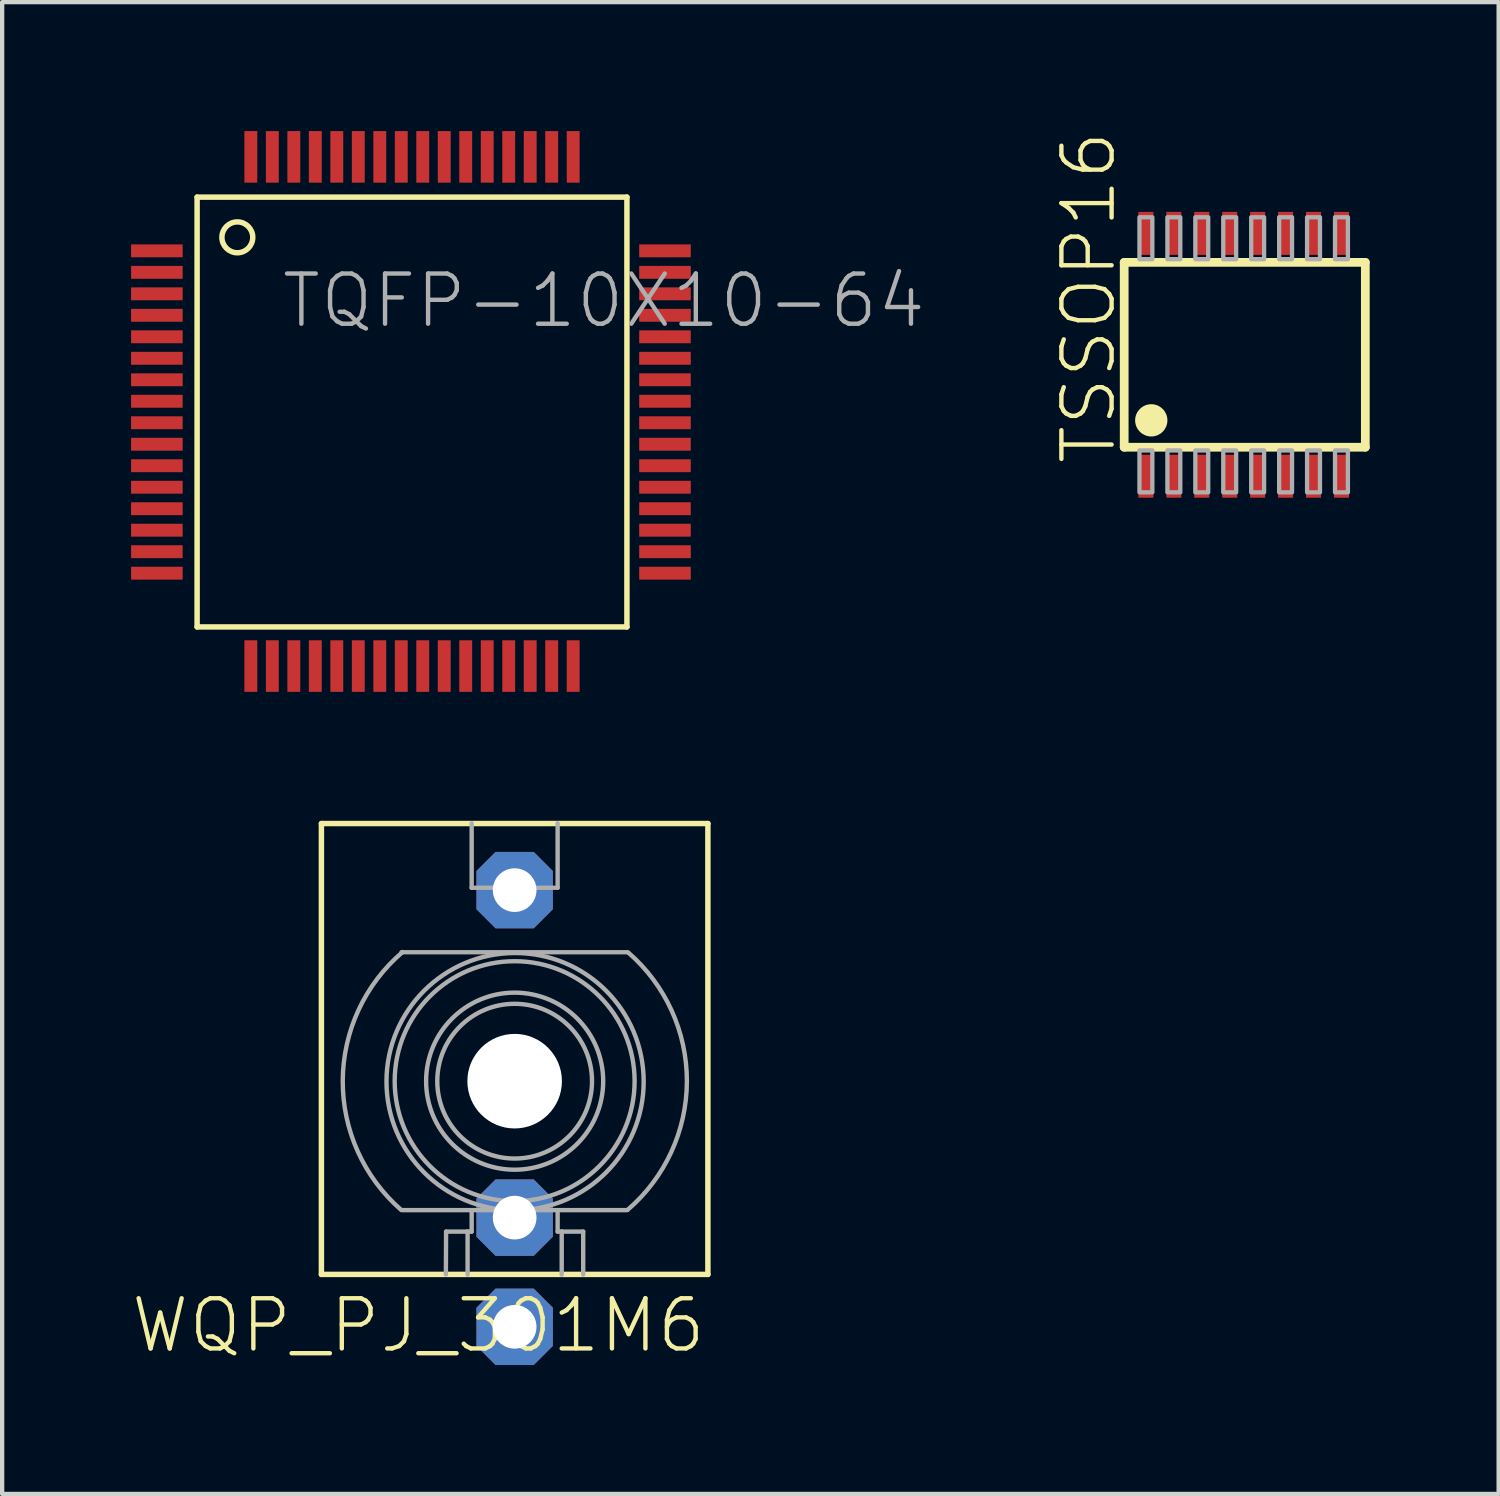
<source format=kicad_pcb>
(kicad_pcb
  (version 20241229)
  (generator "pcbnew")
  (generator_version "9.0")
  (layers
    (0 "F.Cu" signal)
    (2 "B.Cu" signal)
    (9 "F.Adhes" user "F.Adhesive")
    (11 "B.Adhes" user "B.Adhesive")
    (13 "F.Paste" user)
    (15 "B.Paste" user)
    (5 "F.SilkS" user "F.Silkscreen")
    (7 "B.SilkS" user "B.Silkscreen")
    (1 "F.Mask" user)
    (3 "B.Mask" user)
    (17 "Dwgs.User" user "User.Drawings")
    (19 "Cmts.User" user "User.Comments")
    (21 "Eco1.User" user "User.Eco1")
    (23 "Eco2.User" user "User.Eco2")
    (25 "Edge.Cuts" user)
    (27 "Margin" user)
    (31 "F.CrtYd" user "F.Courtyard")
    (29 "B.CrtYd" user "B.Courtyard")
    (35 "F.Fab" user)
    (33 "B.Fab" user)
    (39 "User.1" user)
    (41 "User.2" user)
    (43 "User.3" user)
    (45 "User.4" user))
  (footprint "TQFP-10X10-64"
    (layer "F.Cu")
    (at 6.536 6.536)
    (property "Reference" "TQFP-10X10-64" (at -3.086 -1.906 0) (layer "F.Fab") (effects (font (size 1.168 1.168) (thickness 0.102)) (justify left bottom)))
    (fp_line (start -5 -5) (end -5 5) (stroke (width 0.127) (type solid)) (layer "F.SilkS"))
    (fp_line (start -5 5) (end 5 5) (stroke (width 0.127) (type solid)) (layer "F.SilkS"))
    (fp_line (start 5 -5) (end -5 -5) (stroke (width 0.127) (type solid)) (layer "F.SilkS"))
    (fp_line (start 5 5) (end 5 -5) (stroke (width 0.127) (type solid)) (layer "F.SilkS"))
    (fp_circle (center -4.064 -4.064) (end -3.705 -4.064) (stroke (width 0.127) (type solid)) (fill no) (layer "F.SilkS"))
    (pad "1" smd rect (at -5.936 -3.75 270) (size 0.3 1.2) (layers "F.Cu" "F.Mask" "F.Paste"))
    (pad "2" smd rect (at -5.936 -3.25 270) (size 0.3 1.2) (layers "F.Cu" "F.Mask" "F.Paste"))
    (pad "3" smd rect (at -5.936 -2.75 270) (size 0.3 1.2) (layers "F.Cu" "F.Mask" "F.Paste"))
    (pad "4" smd rect (at -5.936 -2.25 270) (size 0.3 1.2) (layers "F.Cu" "F.Mask" "F.Paste"))
    (pad "5" smd rect (at -5.936 -1.75 270) (size 0.3 1.2) (layers "F.Cu" "F.Mask" "F.Paste"))
    (pad "6" smd rect (at -5.936 -1.25 270) (size 0.3 1.2) (layers "F.Cu" "F.Mask" "F.Paste"))
    (pad "7" smd rect (at -5.936 -0.75 270) (size 0.3 1.2) (layers "F.Cu" "F.Mask" "F.Paste"))
    (pad "8" smd rect (at -5.936 -0.25 270) (size 0.3 1.2) (layers "F.Cu" "F.Mask" "F.Paste"))
    (pad "9" smd rect (at -5.936 0.25 270) (size 0.3 1.2) (layers "F.Cu" "F.Mask" "F.Paste"))
    (pad "10" smd rect (at -5.936 0.75 270) (size 0.3 1.2) (layers "F.Cu" "F.Mask" "F.Paste"))
    (pad "11" smd rect (at -5.936 1.25 270) (size 0.3 1.2) (layers "F.Cu" "F.Mask" "F.Paste"))
    (pad "12" smd rect (at -5.936 1.75 270) (size 0.3 1.2) (layers "F.Cu" "F.Mask" "F.Paste"))
    (pad "13" smd rect (at -5.936 2.25 270) (size 0.3 1.2) (layers "F.Cu" "F.Mask" "F.Paste"))
    (pad "14" smd rect (at -5.936 2.75 270) (size 0.3 1.2) (layers "F.Cu" "F.Mask" "F.Paste"))
    (pad "15" smd rect (at -5.936 3.25 270) (size 0.3 1.2) (layers "F.Cu" "F.Mask" "F.Paste"))
    (pad "16" smd rect (at -5.936 3.75 270) (size 0.3 1.2) (layers "F.Cu" "F.Mask" "F.Paste"))
    (pad "17" smd rect (at -3.75 5.911) (size 0.3 1.2) (layers "F.Cu" "F.Mask" "F.Paste"))
    (pad "18" smd rect (at -3.25 5.911) (size 0.3 1.2) (layers "F.Cu" "F.Mask" "F.Paste"))
    (pad "19" smd rect (at -2.75 5.911) (size 0.3 1.2) (layers "F.Cu" "F.Mask" "F.Paste"))
    (pad "20" smd rect (at -2.25 5.911) (size 0.3 1.2) (layers "F.Cu" "F.Mask" "F.Paste"))
    (pad "21" smd rect (at -1.75 5.911) (size 0.3 1.2) (layers "F.Cu" "F.Mask" "F.Paste"))
    (pad "22" smd rect (at -1.25 5.911) (size 0.3 1.2) (layers "F.Cu" "F.Mask" "F.Paste"))
    (pad "23" smd rect (at -0.75 5.911) (size 0.3 1.2) (layers "F.Cu" "F.Mask" "F.Paste"))
    (pad "24" smd rect (at -0.25 5.911) (size 0.3 1.2) (layers "F.Cu" "F.Mask" "F.Paste"))
    (pad "25" smd rect (at 0.25 5.911) (size 0.3 1.2) (layers "F.Cu" "F.Mask" "F.Paste"))
    (pad "26" smd rect (at 0.75 5.911) (size 0.3 1.2) (layers "F.Cu" "F.Mask" "F.Paste"))
    (pad "27" smd rect (at 1.25 5.911) (size 0.3 1.2) (layers "F.Cu" "F.Mask" "F.Paste"))
    (pad "28" smd rect (at 1.75 5.911) (size 0.3 1.2) (layers "F.Cu" "F.Mask" "F.Paste"))
    (pad "29" smd rect (at 2.25 5.911) (size 0.3 1.2) (layers "F.Cu" "F.Mask" "F.Paste"))
    (pad "30" smd rect (at 2.75 5.911) (size 0.3 1.2) (layers "F.Cu" "F.Mask" "F.Paste"))
    (pad "31" smd rect (at 3.25 5.911) (size 0.3 1.2) (layers "F.Cu" "F.Mask" "F.Paste"))
    (pad "32" smd rect (at 3.75 5.911) (size 0.3 1.2) (layers "F.Cu" "F.Mask" "F.Paste"))
    (pad "33" smd rect (at 5.886 3.75 90) (size 0.3 1.2) (layers "F.Cu" "F.Mask" "F.Paste"))
    (pad "34" smd rect (at 5.886 3.25 90) (size 0.3 1.2) (layers "F.Cu" "F.Mask" "F.Paste"))
    (pad "35" smd rect (at 5.886 2.75 90) (size 0.3 1.2) (layers "F.Cu" "F.Mask" "F.Paste"))
    (pad "36" smd rect (at 5.886 2.25 90) (size 0.3 1.2) (layers "F.Cu" "F.Mask" "F.Paste"))
    (pad "37" smd rect (at 5.886 1.75 90) (size 0.3 1.2) (layers "F.Cu" "F.Mask" "F.Paste"))
    (pad "38" smd rect (at 5.886 1.25 90) (size 0.3 1.2) (layers "F.Cu" "F.Mask" "F.Paste"))
    (pad "39" smd rect (at 5.886 0.75 90) (size 0.3 1.2) (layers "F.Cu" "F.Mask" "F.Paste"))
    (pad "40" smd rect (at 5.886 0.25 90) (size 0.3 1.2) (layers "F.Cu" "F.Mask" "F.Paste"))
    (pad "41" smd rect (at 5.886 -0.25 90) (size 0.3 1.2) (layers "F.Cu" "F.Mask" "F.Paste"))
    (pad "42" smd rect (at 5.886 -0.75 90) (size 0.3 1.2) (layers "F.Cu" "F.Mask" "F.Paste"))
    (pad "43" smd rect (at 5.886 -1.25 90) (size 0.3 1.2) (layers "F.Cu" "F.Mask" "F.Paste"))
    (pad "44" smd rect (at 5.886 -1.75 90) (size 0.3 1.2) (layers "F.Cu" "F.Mask" "F.Paste"))
    (pad "45" smd rect (at 5.886 -2.25 90) (size 0.3 1.2) (layers "F.Cu" "F.Mask" "F.Paste"))
    (pad "46" smd rect (at 5.886 -2.75 90) (size 0.3 1.2) (layers "F.Cu" "F.Mask" "F.Paste"))
    (pad "47" smd rect (at 5.886 -3.25 90) (size 0.3 1.2) (layers "F.Cu" "F.Mask" "F.Paste"))
    (pad "48" smd rect (at 5.886 -3.75 90) (size 0.3 1.2) (layers "F.Cu" "F.Mask" "F.Paste"))
    (pad "49" smd rect (at 3.75 -5.936 180) (size 0.3 1.2) (layers "F.Cu" "F.Mask" "F.Paste"))
    (pad "50" smd rect (at 3.25 -5.936 180) (size 0.3 1.2) (layers "F.Cu" "F.Mask" "F.Paste"))
    (pad "51" smd rect (at 2.75 -5.936 180) (size 0.3 1.2) (layers "F.Cu" "F.Mask" "F.Paste"))
    (pad "52" smd rect (at 2.25 -5.936 180) (size 0.3 1.2) (layers "F.Cu" "F.Mask" "F.Paste"))
    (pad "53" smd rect (at 1.75 -5.936 180) (size 0.3 1.2) (layers "F.Cu" "F.Mask" "F.Paste"))
    (pad "54" smd rect (at 1.25 -5.936 180) (size 0.3 1.2) (layers "F.Cu" "F.Mask" "F.Paste"))
    (pad "55" smd rect (at 0.75 -5.936 180) (size 0.3 1.2) (layers "F.Cu" "F.Mask" "F.Paste"))
    (pad "56" smd rect (at 0.25 -5.936 180) (size 0.3 1.2) (layers "F.Cu" "F.Mask" "F.Paste"))
    (pad "57" smd rect (at -0.25 -5.936 180) (size 0.3 1.2) (layers "F.Cu" "F.Mask" "F.Paste"))
    (pad "58" smd rect (at -0.75 -5.936 180) (size 0.3 1.2) (layers "F.Cu" "F.Mask" "F.Paste"))
    (pad "59" smd rect (at -1.25 -5.936 180) (size 0.3 1.2) (layers "F.Cu" "F.Mask" "F.Paste"))
    (pad "60" smd rect (at -1.75 -5.936 180) (size 0.3 1.2) (layers "F.Cu" "F.Mask" "F.Paste"))
    (pad "61" smd rect (at -2.25 -5.936 180) (size 0.3 1.2) (layers "F.Cu" "F.Mask" "F.Paste"))
    (pad "62" smd rect (at -2.75 -5.936 180) (size 0.3 1.2) (layers "F.Cu" "F.Mask" "F.Paste"))
    (pad "63" smd rect (at -3.25 -5.936 180) (size 0.3 1.2) (layers "F.Cu" "F.Mask" "F.Paste"))
    (pad "64" smd rect (at -3.75 -5.936 180) (size 0.3 1.2) (layers "F.Cu" "F.Mask" "F.Paste")))
  (footprint "TSSOP16"
    (layer "F.Cu")
    (at 25.561 5.205)
    (property "Reference" "TSSOP16" (at -2.6 2.6 90) (layer "F.SilkS") (effects (font (size 1.168 1.168) (thickness 0.102)) (justify left bottom)))
    (fp_line (start -2.455 -2.15) (end 3.155 -2.15) (stroke (width 0.203) (type solid)) (layer "F.SilkS"))
    (fp_line (start -2.455 2.15) (end -2.455 -2.15) (stroke (width 0.203) (type solid)) (layer "F.SilkS"))
    (fp_line (start 3.155 -2.15) (end 3.155 2.15) (stroke (width 0.203) (type solid)) (layer "F.SilkS"))
    (fp_line (start 3.155 2.15) (end -2.455 2.15) (stroke (width 0.203) (type solid)) (layer "F.SilkS"))
    (fp_circle (center -1.825 1.525) (end -1.637 1.525) (stroke (width 0.375) (type solid)) (fill yes) (layer "F.SilkS"))
    (fp_poly (pts (xy -2.1 3.2) (xy -1.8 3.2) (xy -1.8 2.225) (xy -2.1 2.225)) (stroke (width 0.1) (type solid)) (fill no) (layer "F.Fab"))
    (fp_poly (pts (xy -1.8 -3.2) (xy -2.1 -3.2) (xy -2.1 -2.225) (xy -1.8 -2.225)) (stroke (width 0.1) (type solid)) (fill no) (layer "F.Fab"))
    (fp_poly (pts (xy -1.45 3.2) (xy -1.15 3.2) (xy -1.15 2.225) (xy -1.45 2.225)) (stroke (width 0.1) (type solid)) (fill no) (layer "F.Fab"))
    (fp_poly (pts (xy -1.15 -3.2) (xy -1.45 -3.2) (xy -1.45 -2.225) (xy -1.15 -2.225)) (stroke (width 0.1) (type solid)) (fill no) (layer "F.Fab"))
    (fp_poly (pts (xy -0.8 3.2) (xy -0.5 3.2) (xy -0.5 2.225) (xy -0.8 2.225)) (stroke (width 0.1) (type solid)) (fill no) (layer "F.Fab"))
    (fp_poly (pts (xy -0.5 -3.2) (xy -0.8 -3.2) (xy -0.8 -2.225) (xy -0.5 -2.225)) (stroke (width 0.1) (type solid)) (fill no) (layer "F.Fab"))
    (fp_poly (pts (xy -0.15 3.2) (xy 0.15 3.2) (xy 0.15 2.225) (xy -0.15 2.225)) (stroke (width 0.1) (type solid)) (fill no) (layer "F.Fab"))
    (fp_poly (pts (xy 0.15 -3.2) (xy -0.15 -3.2) (xy -0.15 -2.225) (xy 0.15 -2.225)) (stroke (width 0.1) (type solid)) (fill no) (layer "F.Fab"))
    (fp_poly (pts (xy 0.5 3.2) (xy 0.8 3.2) (xy 0.8 2.225) (xy 0.5 2.225)) (stroke (width 0.1) (type solid)) (fill no) (layer "F.Fab"))
    (fp_poly (pts (xy 0.8 -3.2) (xy 0.5 -3.2) (xy 0.5 -2.225) (xy 0.8 -2.225)) (stroke (width 0.1) (type solid)) (fill no) (layer "F.Fab"))
    (fp_poly (pts (xy 1.15 3.2) (xy 1.45 3.2) (xy 1.45 2.225) (xy 1.15 2.225)) (stroke (width 0.1) (type solid)) (fill no) (layer "F.Fab"))
    (fp_poly (pts (xy 1.45 -3.2) (xy 1.15 -3.2) (xy 1.15 -2.225) (xy 1.45 -2.225)) (stroke (width 0.1) (type solid)) (fill no) (layer "F.Fab"))
    (fp_poly (pts (xy 1.8 3.2) (xy 2.1 3.2) (xy 2.1 2.225) (xy 1.8 2.225)) (stroke (width 0.1) (type solid)) (fill no) (layer "F.Fab"))
    (fp_poly (pts (xy 2.1 -3.2) (xy 1.8 -3.2) (xy 1.8 -2.225) (xy 2.1 -2.225)) (stroke (width 0.1) (type solid)) (fill no) (layer "F.Fab"))
    (fp_poly (pts (xy 2.45 3.2) (xy 2.75 3.2) (xy 2.75 2.225) (xy 2.45 2.225)) (stroke (width 0.1) (type solid)) (fill no) (layer "F.Fab"))
    (fp_poly (pts (xy 2.75 -3.2) (xy 2.45 -3.2) (xy 2.45 -2.225) (xy 2.75 -2.225)) (stroke (width 0.1) (type solid)) (fill no) (layer "F.Fab"))
    (pad "1" smd rect (at -1.95 2.825) (size 0.35 1) (layers "F.Cu" "F.Mask" "F.Paste"))
    (pad "2" smd rect (at -1.3 2.825) (size 0.35 1) (layers "F.Cu" "F.Mask" "F.Paste"))
    (pad "3" smd rect (at -0.65 2.825) (size 0.35 1) (layers "F.Cu" "F.Mask" "F.Paste"))
    (pad "4" smd rect (at 0 2.825) (size 0.35 1) (layers "F.Cu" "F.Mask" "F.Paste"))
    (pad "5" smd rect (at 0.65 2.825) (size 0.35 1) (layers "F.Cu" "F.Mask" "F.Paste"))
    (pad "6" smd rect (at 1.3 2.825) (size 0.35 1) (layers "F.Cu" "F.Mask" "F.Paste"))
    (pad "7" smd rect (at 1.95 2.825) (size 0.35 1) (layers "F.Cu" "F.Mask" "F.Paste"))
    (pad "8" smd rect (at 2.6 2.825) (size 0.35 1) (layers "F.Cu" "F.Mask" "F.Paste"))
    (pad "9" smd rect (at 2.6 -2.825 180) (size 0.35 1) (layers "F.Cu" "F.Mask" "F.Paste"))
    (pad "10" smd rect (at 1.95 -2.825 180) (size 0.35 1) (layers "F.Cu" "F.Mask" "F.Paste"))
    (pad "11" smd rect (at 1.3 -2.825 180) (size 0.35 1) (layers "F.Cu" "F.Mask" "F.Paste"))
    (pad "12" smd rect (at 0.65 -2.825 180) (size 0.35 1) (layers "F.Cu" "F.Mask" "F.Paste"))
    (pad "13" smd rect (at 0 -2.825 180) (size 0.35 1) (layers "F.Cu" "F.Mask" "F.Paste"))
    (pad "14" smd rect (at -0.65 -2.825 180) (size 0.35 1) (layers "F.Cu" "F.Mask" "F.Paste"))
    (pad "15" smd rect (at -1.3 -2.825 180) (size 0.35 1) (layers "F.Cu" "F.Mask" "F.Paste"))
    (pad "16" smd rect (at -1.95 -2.825 180) (size 0.35 1) (layers "F.Cu" "F.Mask" "F.Paste")))
  (footprint "WQP_PJ_301M6"
    (layer "F.Cu")
    (at 8.924 22.105)
    (property "Reference" "WQP_PJ_301M6" (at 4.5 5 0) (layer "F.SilkS") (effects (font (size 1.168 1.168) (thickness 0.102)) (justify right top)))
    (fp_line (start -4.496 -5.994) (end 4.496 -5.994) (stroke (width 0.127) (type solid)) (layer "F.SilkS"))
    (fp_line (start -4.496 4.496) (end -4.496 -5.994) (stroke (width 0.127) (type solid)) (layer "F.SilkS"))
    (fp_line (start 4.496 -5.994) (end 4.496 4.496) (stroke (width 0.127) (type solid)) (layer "F.SilkS"))
    (fp_line (start 4.496 4.496) (end -4.496 4.496) (stroke (width 0.127) (type solid)) (layer "F.SilkS"))
    (fp_line (start -2.631 -3) (end 2.62 -3) (stroke (width 0.102) (type solid)) (layer "F.Fab"))
    (fp_line (start -2.631 3) (end 2.62 3) (stroke (width 0.102) (type solid)) (layer "F.Fab"))
    (fp_line (start -1.6 4.496) (end -1.595 3.5) (stroke (width 0.102) (type solid)) (layer "F.Fab"))
    (fp_line (start -1.595 3.5) (end -1.095 3.5) (stroke (width 0.102) (type solid)) (layer "F.Fab"))
    (fp_line (start -1.095 3.5) (end -1.095 4.5) (stroke (width 0.102) (type solid)) (layer "F.Fab"))
    (fp_line (start -1.095 3.5) (end -1 3.5) (stroke (width 0.102) (type solid)) (layer "F.Fab"))
    (fp_line (start -1 -4.5) (end -1 -6) (stroke (width 0.102) (type solid)) (layer "F.Fab"))
    (fp_line (start -1 0) (end 1 0) (stroke (width 0.102) (type solid)) (layer "F.Fab"))
    (fp_line (start -1 3.5) (end -1 3) (stroke (width 0.102) (type solid)) (layer "F.Fab"))
    (fp_line (start 0 -1) (end 0 1) (stroke (width 0.102) (type solid)) (layer "F.Fab"))
    (fp_line (start 1 -6) (end 1 -4.5) (stroke (width 0.102) (type solid)) (layer "F.Fab"))
    (fp_line (start 1 -4.5) (end -1 -4.5) (stroke (width 0.102) (type solid)) (layer "F.Fab"))
    (fp_line (start 1 3) (end 1 3.5) (stroke (width 0.102) (type solid)) (layer "F.Fab"))
    (fp_line (start 1 3.5) (end 1.095 3.5) (stroke (width 0.102) (type solid)) (layer "F.Fab"))
    (fp_line (start 1.095 3.5) (end 1.095 4.5) (stroke (width 0.102) (type solid)) (layer "F.Fab"))
    (fp_line (start 1.095 3.5) (end 1.595 3.5) (stroke (width 0.102) (type solid)) (layer "F.Fab"))
    (fp_line (start 1.595 3.5) (end 1.595 4.5) (stroke (width 0.102) (type solid)) (layer "F.Fab"))
    (fp_arc (start -2.641998 2.994) (mid -3.999529 -0.012791) (end -2.608 -3.004) (stroke (width 0.1016) (type solid)) (layer "F.Fab"))
    (fp_arc (start 2.642 -2.994) (mid 4.007235 0.003208) (end 2.628 2.994) (stroke (width 0.1016) (type solid)) (layer "F.Fab"))
    (fp_circle (center 0 0) (end 1.8 0) (stroke (width 0.102) (type solid)) (fill no) (layer "F.Fab"))
    (fp_circle (center 0 0) (end 2.06 0) (stroke (width 0.102) (type solid)) (fill no) (layer "F.Fab"))
    (fp_circle (center 0 0) (end 2.791 0) (stroke (width 0.102) (type solid)) (fill no) (layer "F.Fab"))
    (fp_circle (center 0.01 0.01) (end 3.002 0.01) (stroke (width 0.102) (type solid)) (fill no) (layer "F.Fab"))
    (pad "" np_thru_hole circle (at 0 0) (size 2.2 2.2) (drill 2.2) (layers "*.Cu" "*.Mask"))
    (pad "P1" thru_hole roundrect (at 0 5.715) (size 1.778 1.778) (drill 1.016) (layers "*.Cu" "*.Mask") (roundrect_rratio 0.25) (chamfer_ratio 0.25) (chamfer top_left top_right bottom_left bottom_right))
    (pad "P2" thru_hole roundrect (at 0 3.175) (size 1.778 1.778) (drill 1.016) (layers "*.Cu" "*.Mask") (roundrect_rratio 0.25) (chamfer_ratio 0.25) (chamfer top_left top_right bottom_left bottom_right))
    (pad "P3" thru_hole roundrect (at 0 -4.445) (size 1.778 1.778) (drill 1.016) (layers "*.Cu" "*.Mask") (roundrect_rratio 0.25) (chamfer_ratio 0.25) (chamfer top_left top_right bottom_left bottom_right)))
  (gr_rect
    (start -3 -3)
    (end 31.818 31.709)
    (stroke (width 0.1) (type default))
    (fill no)
    (layer "Edge.Cuts")))
</source>
